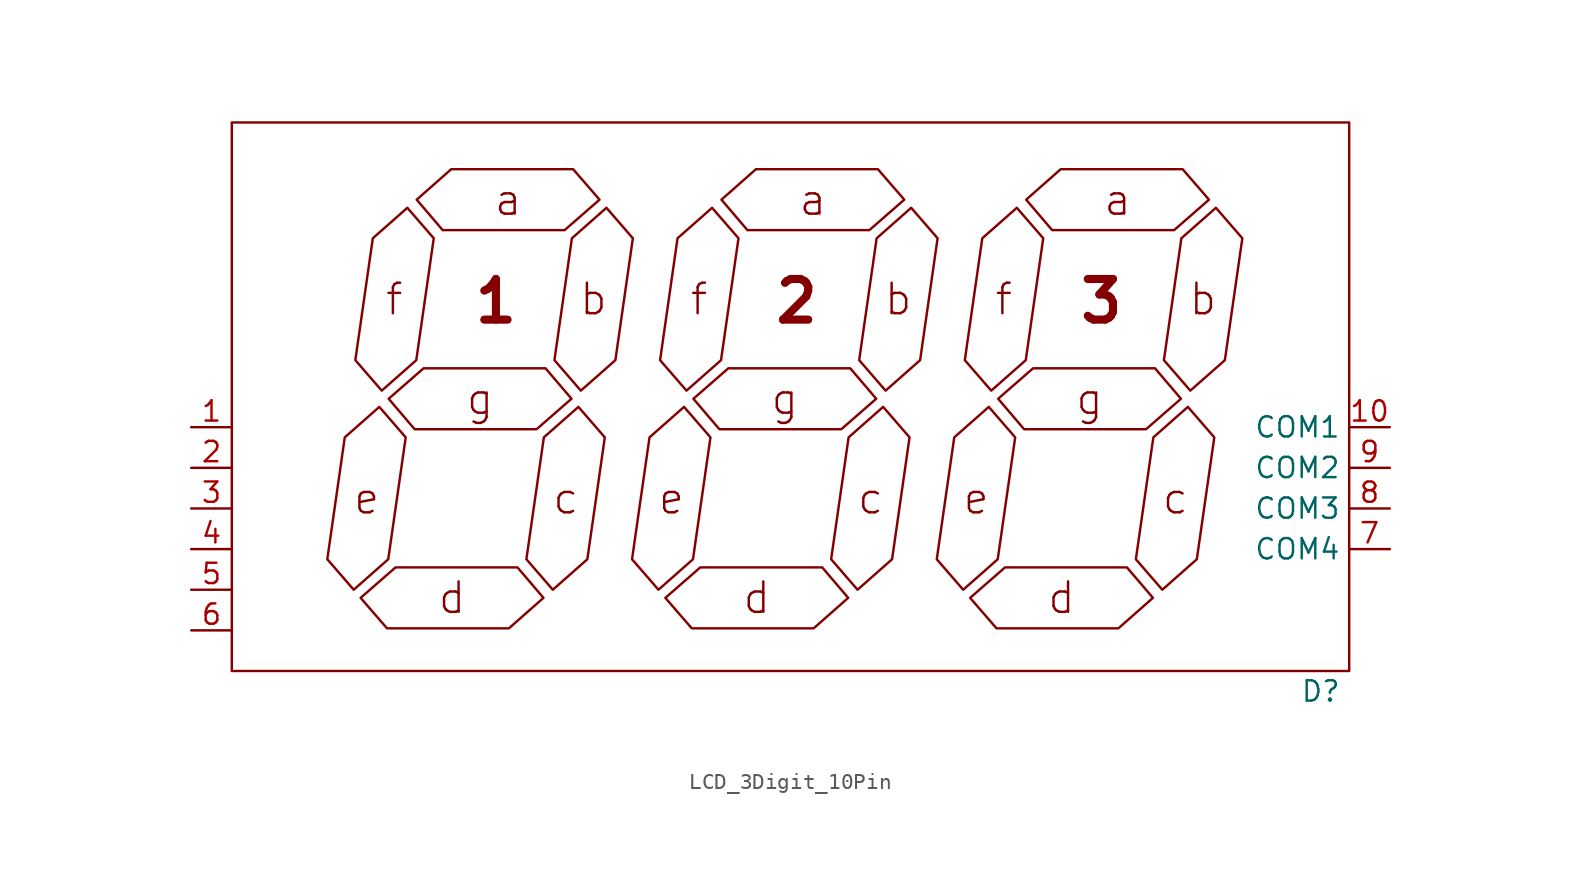
<source format=kicad_sym>
(kicad_symbol_lib
  (version 20231120)
  (generator "kicad_symbol_editor")
  (generator_version "8.0")
  (symbol "LCD_3Digit_10Pin"
    (property "Reference" "D"
      (at 70.612 -16.51 0)
      (effects (font (size 1.27 1.27))))
    (property "Value" ""
      (at 12.7 16.51 0)
      (effects (font (size 1.27 1.27))))
    (symbol "LCD_3Digit_10Pin_0_1"
      (polyline (pts (xy 10.16 -10.16) (xy 12.319 -8.255) (xy 13.411 -0.635) (xy 11.76 1.27) (xy 9.601 -0.635) (xy 8.509 -8.255) (xy 10.16 -10.16)) (stroke (width 0) (type default)) (fill (type none)))
      (polyline (pts (xy 10.592 -10.668) (xy 12.776 -8.763) (xy 20.396 -8.763) (xy 22.022 -10.668) (xy 19.863 -12.573) (xy 12.243 -12.573) (xy 10.592 -10.668)) (stroke (width 0) (type default)) (fill (type none)))
      (polyline (pts (xy 11.913 2.286) (xy 14.072 4.191) (xy 15.164 11.811) (xy 13.513 13.716) (xy 11.354 11.811) (xy 10.262 4.191) (xy 11.913 2.286)) (stroke (width 0) (type default)) (fill (type none)))
      (polyline (pts (xy 12.344 1.778) (xy 14.529 3.683) (xy 22.149 3.683) (xy 23.774 1.778) (xy 21.59 -0.127) (xy 13.97 -0.127) (xy 12.344 1.778)) (stroke (width 0) (type default)) (fill (type none)))
      (polyline (pts (xy 14.097 14.224) (xy 16.256 16.129) (xy 23.876 16.129) (xy 25.527 14.224) (xy 23.343 12.319) (xy 15.723 12.319) (xy 14.097 14.224)) (stroke (width 0) (type default)) (fill (type none)))
      (polyline (pts (xy 22.606 -10.16) (xy 24.765 -8.255) (xy 25.857 -0.635) (xy 24.206 1.27) (xy 22.047 -0.635) (xy 20.955 -8.255) (xy 22.606 -10.16)) (stroke (width 0) (type default)) (fill (type none)))
      (polyline (pts (xy 24.359 2.286) (xy 26.518 4.191) (xy 27.61 11.811) (xy 25.959 13.716) (xy 23.8 11.811) (xy 22.708 4.191) (xy 24.359 2.286)) (stroke (width 0) (type default)) (fill (type none)))
      (polyline (pts (xy 29.21 -10.16) (xy 31.369 -8.255) (xy 32.461 -0.635) (xy 30.81 1.27) (xy 28.651 -0.635) (xy 27.559 -8.255) (xy 29.21 -10.16)) (stroke (width 0) (type default)) (fill (type none)))
      (polyline (pts (xy 29.642 -10.668) (xy 31.826 -8.763) (xy 39.446 -8.763) (xy 41.072 -10.668) (xy 38.913 -12.573) (xy 31.293 -12.573) (xy 29.642 -10.668)) (stroke (width 0) (type default)) (fill (type none)))
      (polyline (pts (xy 30.963 2.286) (xy 33.122 4.191) (xy 34.214 11.811) (xy 32.563 13.716) (xy 30.404 11.811) (xy 29.312 4.191) (xy 30.963 2.286)) (stroke (width 0) (type default)) (fill (type none)))
      (polyline (pts (xy 31.394 1.778) (xy 33.579 3.683) (xy 41.199 3.683) (xy 42.824 1.778) (xy 40.64 -0.127) (xy 33.02 -0.127) (xy 31.394 1.778)) (stroke (width 0) (type default)) (fill (type none)))
      (polyline (pts (xy 33.147 14.224) (xy 35.306 16.129) (xy 42.926 16.129) (xy 44.577 14.224) (xy 42.393 12.319) (xy 34.773 12.319) (xy 33.147 14.224)) (stroke (width 0) (type default)) (fill (type none)))
      (polyline (pts (xy 41.656 -10.16) (xy 43.815 -8.255) (xy 44.907 -0.635) (xy 43.256 1.27) (xy 41.097 -0.635) (xy 40.005 -8.255) (xy 41.656 -10.16)) (stroke (width 0) (type default)) (fill (type none)))
      (polyline (pts (xy 43.409 2.286) (xy 45.568 4.191) (xy 46.66 11.811) (xy 45.009 13.716) (xy 42.85 11.811) (xy 41.758 4.191) (xy 43.409 2.286)) (stroke (width 0) (type default)) (fill (type none)))
      (polyline (pts (xy 48.26 -10.16) (xy 50.419 -8.255) (xy 51.511 -0.635) (xy 49.86 1.27) (xy 47.701 -0.635) (xy 46.609 -8.255) (xy 48.26 -10.16)) (stroke (width 0) (type default)) (fill (type none)))
      (polyline (pts (xy 48.692 -10.668) (xy 50.876 -8.763) (xy 58.496 -8.763) (xy 60.122 -10.668) (xy 57.963 -12.573) (xy 50.343 -12.573) (xy 48.692 -10.668)) (stroke (width 0) (type default)) (fill (type none)))
      (polyline (pts (xy 50.013 2.286) (xy 52.172 4.191) (xy 53.264 11.811) (xy 51.613 13.716) (xy 49.454 11.811) (xy 48.362 4.191) (xy 50.013 2.286)) (stroke (width 0) (type default)) (fill (type none)))
      (polyline (pts (xy 50.444 1.778) (xy 52.629 3.683) (xy 60.249 3.683) (xy 61.874 1.778) (xy 59.69 -0.127) (xy 52.07 -0.127) (xy 50.444 1.778)) (stroke (width 0) (type default)) (fill (type none)))
      (polyline (pts (xy 52.197 14.224) (xy 54.356 16.129) (xy 61.976 16.129) (xy 63.627 14.224) (xy 61.443 12.319) (xy 53.823 12.319) (xy 52.197 14.224)) (stroke (width 0) (type default)) (fill (type none)))
      (polyline (pts (xy 60.706 -10.16) (xy 62.865 -8.255) (xy 63.957 -0.635) (xy 62.306 1.27) (xy 60.147 -0.635) (xy 59.055 -8.255) (xy 60.706 -10.16)) (stroke (width 0) (type default)) (fill (type none)))
      (polyline (pts (xy 62.459 2.286) (xy 64.618 4.191) (xy 65.71 11.811) (xy 64.059 13.716) (xy 61.9 11.811) (xy 60.808 4.191) (xy 62.459 2.286)) (stroke (width 0) (type default)) (fill (type none)))
      (text "a" (at 19.812 14.224 0) (effects (font (size 1.905 1.905))))
      (text "a" (at 38.862 14.224 0) (effects (font (size 1.905 1.905))))
      (text "a" (at 57.912 14.224 0) (effects (font (size 1.905 1.905))))
      (text "b" (at 25.146 8.001 0) (effects (font (size 1.905 1.905))))
      (text "b" (at 44.196 8.001 0) (effects (font (size 1.905 1.905))))
      (text "b" (at 63.246 8.001 0) (effects (font (size 1.905 1.905))))
      (text "c" (at 23.419 -4.445 0) (effects (font (size 1.905 1.905))))
      (text "c" (at 42.469 -4.445 0) (effects (font (size 1.905 1.905))))
      (text "c" (at 61.519 -4.445 0) (effects (font (size 1.905 1.905))))
      (text "d" (at 16.307 -10.668 0) (effects (font (size 1.905 1.905))))
      (text "d" (at 35.357 -10.668 0) (effects (font (size 1.905 1.905))))
      (text "d" (at 54.407 -10.668 0) (effects (font (size 1.905 1.905))))
      (text "e" (at 10.973 -4.445 0) (effects (font (size 1.905 1.905))))
      (text "e" (at 30.023 -4.445 0) (effects (font (size 1.905 1.905))))
      (text "e" (at 49.073 -4.445 0) (effects (font (size 1.905 1.905))))
      (text "f" (at 12.7 8.001 0) (effects (font (size 1.905 1.905))))
      (text "f" (at 31.75 8.001 0) (effects (font (size 1.905 1.905))))
      (text "f" (at 50.8 8.001 0) (effects (font (size 1.905 1.905))))
      (text "g" (at 18.059 1.778 0) (effects (font (size 1.905 1.905))))
      (text "g" (at 37.109 1.778 0) (effects (font (size 1.905 1.905))))
      (text "g" (at 56.159 1.778 0) (effects (font (size 1.905 1.905)))))
    (symbol "LCD_3Digit_10Pin_1_1"
      (rectangle (start 2.54 19.05) (end 72.39 -15.24) (stroke (width 0) (type default)) (fill (type none)))
      (text "1" (at 19.05 7.874 0) (effects (font (size 2.54 2.54) (bold yes))))
      (text "2" (at 37.846 7.874 0) (effects (font (size 2.54 2.54) (bold yes))))
      (text "3" (at 56.896 7.874 0) (effects (font (size 2.54 2.54) (bold yes))))
      (pin input line (at 0 0 0) (length 2.54) (name "" (effects (font (size 1.27 1.27)))) (number "1" (effects (font (size 1.27 1.27)))))
      (pin input line (at 74.93 0 180) (length 2.54) (name "COM1" (effects (font (size 1.27 1.27)))) (number "10" (effects (font (size 1.27 1.27)))))
      (pin input line (at 0 -2.54 0) (length 2.54) (name "" (effects (font (size 1.27 1.27)))) (number "2" (effects (font (size 1.27 1.27)))))
      (pin input line (at 0 -5.08 0) (length 2.54) (name "" (effects (font (size 1.27 1.27)))) (number "3" (effects (font (size 1.27 1.27)))))
      (pin input line (at 0 -7.62 0) (length 2.54) (name "" (effects (font (size 1.27 1.27)))) (number "4" (effects (font (size 1.27 1.27)))))
      (pin input line (at 0 -10.16 0) (length 2.54) (name "" (effects (font (size 1.27 1.27)))) (number "5" (effects (font (size 1.27 1.27)))))
      (pin input line (at 0 -12.7 0) (length 2.54) (name "" (effects (font (size 1.27 1.27)))) (number "6" (effects (font (size 1.27 1.27)))))
      (pin input line (at 74.93 -7.62 180) (length 2.54) (name "COM4" (effects (font (size 1.27 1.27)))) (number "7" (effects (font (size 1.27 1.27)))))
      (pin input line (at 74.93 -5.08 180) (length 2.54) (name "COM3" (effects (font (size 1.27 1.27)))) (number "8" (effects (font (size 1.27 1.27)))))
      (pin input line (at 74.93 -2.54 180) (length 2.54) (name "COM2" (effects (font (size 1.27 1.27)))) (number "9" (effects (font (size 1.27 1.27))))))))
</source>
